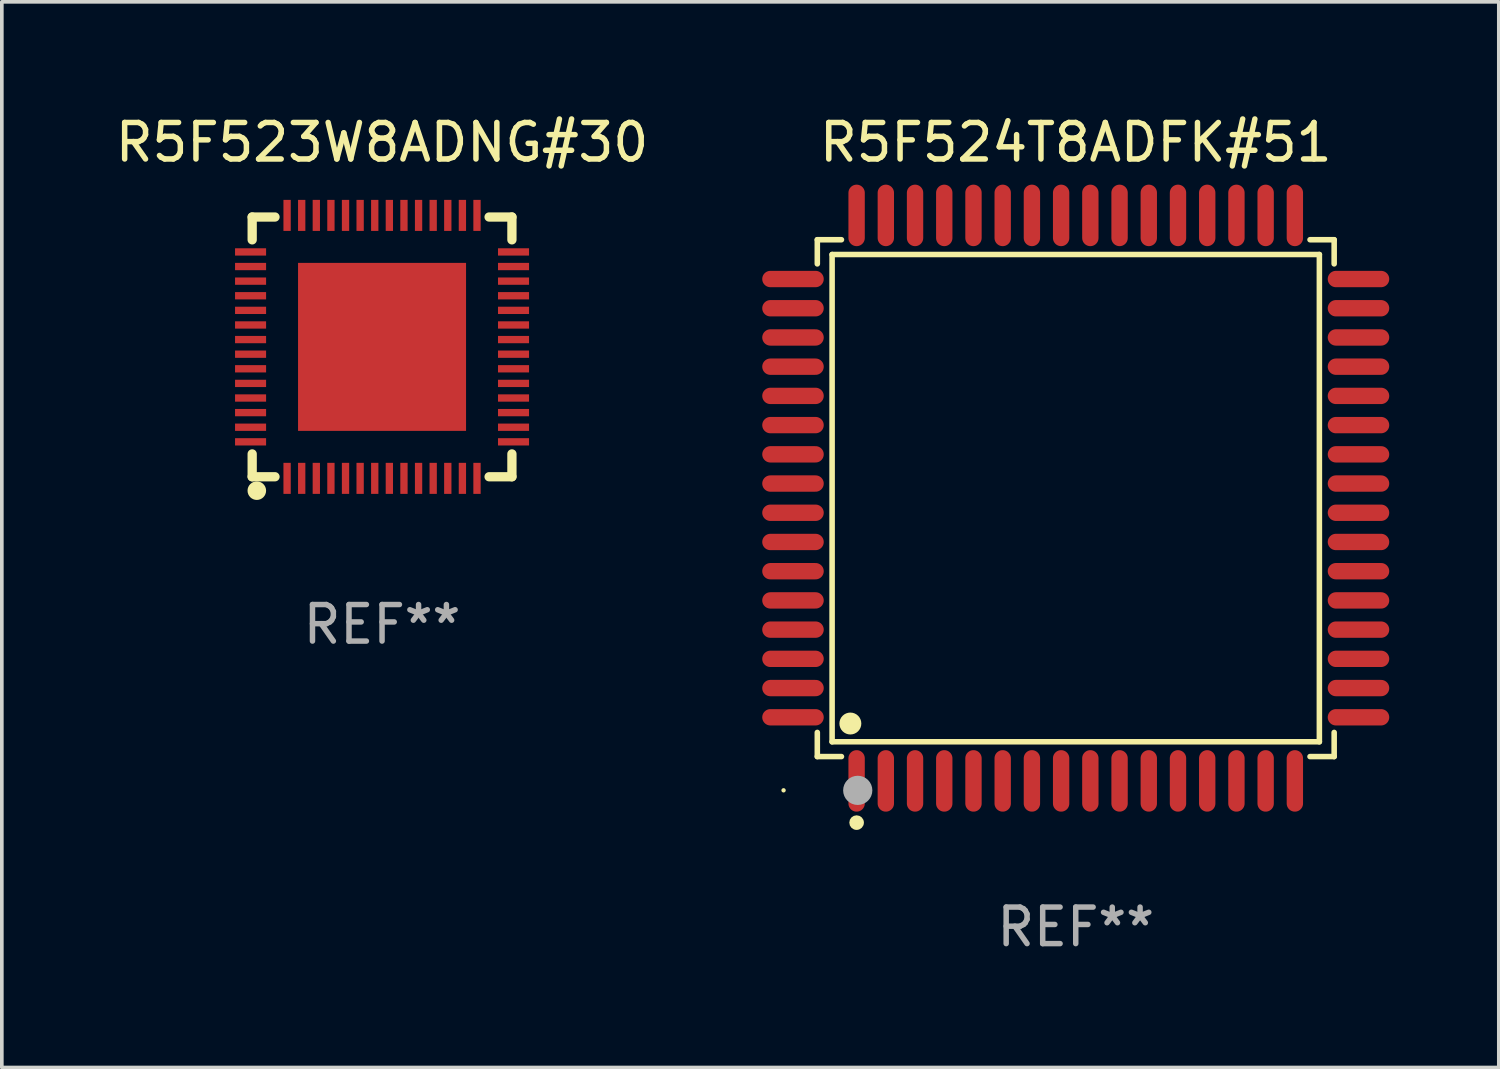
<source format=kicad_pcb>
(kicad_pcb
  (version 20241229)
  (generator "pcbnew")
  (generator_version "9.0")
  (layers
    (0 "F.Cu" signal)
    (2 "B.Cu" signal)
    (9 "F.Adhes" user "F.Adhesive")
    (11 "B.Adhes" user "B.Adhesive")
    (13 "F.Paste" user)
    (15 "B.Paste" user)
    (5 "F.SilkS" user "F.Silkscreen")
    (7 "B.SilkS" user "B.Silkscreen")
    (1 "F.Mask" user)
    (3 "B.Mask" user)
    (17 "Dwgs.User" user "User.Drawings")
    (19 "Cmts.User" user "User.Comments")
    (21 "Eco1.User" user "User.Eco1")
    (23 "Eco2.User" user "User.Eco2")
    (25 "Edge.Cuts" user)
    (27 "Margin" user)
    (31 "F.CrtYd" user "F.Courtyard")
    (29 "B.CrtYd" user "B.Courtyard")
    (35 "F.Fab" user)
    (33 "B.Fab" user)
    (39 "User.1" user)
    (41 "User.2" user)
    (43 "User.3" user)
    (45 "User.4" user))
  (footprint "R5F524T8ADFK#51"
    (layer "F.Cu")
    (at 26.405 10.59)
    (property "Reference" "R5F524T8ADFK#51" (at 0 -9.742 0) (layer "F.SilkS") (effects (font (size 1 1) (thickness 0.15))))
    (attr through_hole)
    (fp_line (start -7.076 -7.076) (end -6.415 -7.076) (stroke (width 0.152) (type solid)) (layer "F.SilkS"))
    (fp_line (start -7.076 -6.415) (end -7.076 -7.076) (stroke (width 0.152) (type solid)) (layer "F.SilkS"))
    (fp_line (start -7.076 6.415) (end -7.076 7.076) (stroke (width 0.152) (type solid)) (layer "F.SilkS"))
    (fp_line (start -7.076 7.076) (end -6.415 7.076) (stroke (width 0.152) (type solid)) (layer "F.SilkS"))
    (fp_line (start -6.671 -6.671) (end 6.671 -6.671) (stroke (width 0.152) (type solid)) (layer "F.SilkS"))
    (fp_line (start -6.671 6.671) (end -6.671 -6.671) (stroke (width 0.152) (type solid)) (layer "F.SilkS"))
    (fp_line (start 6.671 -6.671) (end 6.671 6.671) (stroke (width 0.152) (type solid)) (layer "F.SilkS"))
    (fp_line (start 6.671 6.671) (end -6.671 6.671) (stroke (width 0.152) (type solid)) (layer "F.SilkS"))
    (fp_line (start 7.076 -7.076) (end 6.415 -7.076) (stroke (width 0.152) (type solid)) (layer "F.SilkS"))
    (fp_line (start 7.076 -6.415) (end 7.076 -7.076) (stroke (width 0.152) (type solid)) (layer "F.SilkS"))
    (fp_line (start 7.076 6.415) (end 7.076 7.076) (stroke (width 0.152) (type solid)) (layer "F.SilkS"))
    (fp_line (start 7.076 7.076) (end 6.415 7.076) (stroke (width 0.152) (type solid)) (layer "F.SilkS"))
    (fp_circle (center -8 8) (end -7.97 8) (stroke (width 0.06) (type solid)) (fill no) (layer "F.SilkS"))
    (fp_circle (center -6.171 6.171) (end -6.021 6.171) (stroke (width 0.3) (type solid)) (fill no) (layer "F.SilkS"))
    (fp_circle (center -6 8.884) (end -5.9 8.884) (stroke (width 0.2) (type solid)) (fill no) (layer "F.SilkS"))
    (fp_circle (center -5.969 8.001) (end -5.769 8.001) (stroke (width 0.4) (type solid)) (fill no) (layer "F.Fab"))
    (fp_text user "REF**" (at 0 11.742 0) (layer "F.Fab") (effects (font (size 1 1) (thickness 0.15))))
    (pad "1" smd oval (at -6 7.742) (size 0.448 1.684) (layers "F.Cu" "F.Mask" "F.Paste"))
    (pad "2" smd oval (at -5.2 7.742) (size 0.448 1.684) (layers "F.Cu" "F.Mask" "F.Paste"))
    (pad "3" smd oval (at -4.4 7.742) (size 0.448 1.684) (layers "F.Cu" "F.Mask" "F.Paste"))
    (pad "4" smd oval (at -3.6 7.742) (size 0.448 1.684) (layers "F.Cu" "F.Mask" "F.Paste"))
    (pad "5" smd oval (at -2.8 7.742) (size 0.448 1.684) (layers "F.Cu" "F.Mask" "F.Paste"))
    (pad "6" smd oval (at -2 7.742) (size 0.448 1.684) (layers "F.Cu" "F.Mask" "F.Paste"))
    (pad "7" smd oval (at -1.2 7.742) (size 0.448 1.684) (layers "F.Cu" "F.Mask" "F.Paste"))
    (pad "8" smd oval (at -0.4 7.742) (size 0.448 1.684) (layers "F.Cu" "F.Mask" "F.Paste"))
    (pad "9" smd oval (at 0.4 7.742) (size 0.448 1.684) (layers "F.Cu" "F.Mask" "F.Paste"))
    (pad "10" smd oval (at 1.2 7.742) (size 0.448 1.684) (layers "F.Cu" "F.Mask" "F.Paste"))
    (pad "11" smd oval (at 2 7.742) (size 0.448 1.684) (layers "F.Cu" "F.Mask" "F.Paste"))
    (pad "12" smd oval (at 2.8 7.742) (size 0.448 1.684) (layers "F.Cu" "F.Mask" "F.Paste"))
    (pad "13" smd oval (at 3.6 7.742) (size 0.448 1.684) (layers "F.Cu" "F.Mask" "F.Paste"))
    (pad "14" smd oval (at 4.4 7.742) (size 0.448 1.684) (layers "F.Cu" "F.Mask" "F.Paste"))
    (pad "15" smd oval (at 5.2 7.742) (size 0.448 1.684) (layers "F.Cu" "F.Mask" "F.Paste"))
    (pad "16" smd oval (at 6 7.742) (size 0.448 1.684) (layers "F.Cu" "F.Mask" "F.Paste"))
    (pad "17" smd oval (at 7.742 6) (size 1.684 0.448) (layers "F.Cu" "F.Mask" "F.Paste"))
    (pad "18" smd oval (at 7.742 5.2) (size 1.684 0.448) (layers "F.Cu" "F.Mask" "F.Paste"))
    (pad "19" smd oval (at 7.742 4.4) (size 1.684 0.448) (layers "F.Cu" "F.Mask" "F.Paste"))
    (pad "20" smd oval (at 7.742 3.6) (size 1.684 0.448) (layers "F.Cu" "F.Mask" "F.Paste"))
    (pad "21" smd oval (at 7.742 2.8) (size 1.684 0.448) (layers "F.Cu" "F.Mask" "F.Paste"))
    (pad "22" smd oval (at 7.742 2) (size 1.684 0.448) (layers "F.Cu" "F.Mask" "F.Paste"))
    (pad "23" smd oval (at 7.742 1.2) (size 1.684 0.448) (layers "F.Cu" "F.Mask" "F.Paste"))
    (pad "24" smd oval (at 7.742 0.4) (size 1.684 0.448) (layers "F.Cu" "F.Mask" "F.Paste"))
    (pad "25" smd oval (at 7.742 -0.4) (size 1.684 0.448) (layers "F.Cu" "F.Mask" "F.Paste"))
    (pad "26" smd oval (at 7.742 -1.2) (size 1.684 0.448) (layers "F.Cu" "F.Mask" "F.Paste"))
    (pad "27" smd oval (at 7.742 -2) (size 1.684 0.448) (layers "F.Cu" "F.Mask" "F.Paste"))
    (pad "28" smd oval (at 7.742 -2.8) (size 1.684 0.448) (layers "F.Cu" "F.Mask" "F.Paste"))
    (pad "29" smd oval (at 7.742 -3.6) (size 1.684 0.448) (layers "F.Cu" "F.Mask" "F.Paste"))
    (pad "30" smd oval (at 7.742 -4.4) (size 1.684 0.448) (layers "F.Cu" "F.Mask" "F.Paste"))
    (pad "31" smd oval (at 7.742 -5.2) (size 1.684 0.448) (layers "F.Cu" "F.Mask" "F.Paste"))
    (pad "32" smd oval (at 7.742 -6) (size 1.684 0.448) (layers "F.Cu" "F.Mask" "F.Paste"))
    (pad "33" smd oval (at 6 -7.742) (size 0.448 1.684) (layers "F.Cu" "F.Mask" "F.Paste"))
    (pad "34" smd oval (at 5.2 -7.742) (size 0.448 1.684) (layers "F.Cu" "F.Mask" "F.Paste"))
    (pad "35" smd oval (at 4.4 -7.742) (size 0.448 1.684) (layers "F.Cu" "F.Mask" "F.Paste"))
    (pad "36" smd oval (at 3.6 -7.742) (size 0.448 1.684) (layers "F.Cu" "F.Mask" "F.Paste"))
    (pad "37" smd oval (at 2.8 -7.742) (size 0.448 1.684) (layers "F.Cu" "F.Mask" "F.Paste"))
    (pad "38" smd oval (at 2 -7.742) (size 0.448 1.684) (layers "F.Cu" "F.Mask" "F.Paste"))
    (pad "39" smd oval (at 1.2 -7.742) (size 0.448 1.684) (layers "F.Cu" "F.Mask" "F.Paste"))
    (pad "40" smd oval (at 0.4 -7.742) (size 0.448 1.684) (layers "F.Cu" "F.Mask" "F.Paste"))
    (pad "41" smd oval (at -0.4 -7.742) (size 0.448 1.684) (layers "F.Cu" "F.Mask" "F.Paste"))
    (pad "42" smd oval (at -1.2 -7.742) (size 0.448 1.684) (layers "F.Cu" "F.Mask" "F.Paste"))
    (pad "43" smd oval (at -2 -7.742) (size 0.448 1.684) (layers "F.Cu" "F.Mask" "F.Paste"))
    (pad "44" smd oval (at -2.8 -7.742) (size 0.448 1.684) (layers "F.Cu" "F.Mask" "F.Paste"))
    (pad "45" smd oval (at -3.6 -7.742) (size 0.448 1.684) (layers "F.Cu" "F.Mask" "F.Paste"))
    (pad "46" smd oval (at -4.4 -7.742) (size 0.448 1.684) (layers "F.Cu" "F.Mask" "F.Paste"))
    (pad "47" smd oval (at -5.2 -7.742) (size 0.448 1.684) (layers "F.Cu" "F.Mask" "F.Paste"))
    (pad "48" smd oval (at -6 -7.742) (size 0.448 1.684) (layers "F.Cu" "F.Mask" "F.Paste"))
    (pad "49" smd oval (at -7.742 -6) (size 1.684 0.448) (layers "F.Cu" "F.Mask" "F.Paste"))
    (pad "50" smd oval (at -7.742 -5.2) (size 1.684 0.448) (layers "F.Cu" "F.Mask" "F.Paste"))
    (pad "51" smd oval (at -7.742 -4.4) (size 1.684 0.448) (layers "F.Cu" "F.Mask" "F.Paste"))
    (pad "52" smd oval (at -7.742 -3.6) (size 1.684 0.448) (layers "F.Cu" "F.Mask" "F.Paste"))
    (pad "53" smd oval (at -7.742 -2.8) (size 1.684 0.448) (layers "F.Cu" "F.Mask" "F.Paste"))
    (pad "54" smd oval (at -7.742 -2) (size 1.684 0.448) (layers "F.Cu" "F.Mask" "F.Paste"))
    (pad "55" smd oval (at -7.742 -1.2) (size 1.684 0.448) (layers "F.Cu" "F.Mask" "F.Paste"))
    (pad "56" smd oval (at -7.742 -0.4) (size 1.684 0.448) (layers "F.Cu" "F.Mask" "F.Paste"))
    (pad "57" smd oval (at -7.742 0.4) (size 1.684 0.448) (layers "F.Cu" "F.Mask" "F.Paste"))
    (pad "58" smd oval (at -7.742 1.2) (size 1.684 0.448) (layers "F.Cu" "F.Mask" "F.Paste"))
    (pad "59" smd oval (at -7.742 2) (size 1.684 0.448) (layers "F.Cu" "F.Mask" "F.Paste"))
    (pad "60" smd oval (at -7.742 2.8) (size 1.684 0.448) (layers "F.Cu" "F.Mask" "F.Paste"))
    (pad "61" smd oval (at -7.742 3.6) (size 1.684 0.448) (layers "F.Cu" "F.Mask" "F.Paste"))
    (pad "62" smd oval (at -7.742 4.4) (size 1.684 0.448) (layers "F.Cu" "F.Mask" "F.Paste"))
    (pad "63" smd oval (at -7.742 5.2) (size 1.684 0.448) (layers "F.Cu" "F.Mask" "F.Paste"))
    (pad "64" smd oval (at -7.742 6) (size 1.684 0.448) (layers "F.Cu" "F.Mask" "F.Paste")))
  (footprint "R5F523W8ADNG#30"
    (layer "F.Cu")
    (at 7.411 6.448)
    (property "Reference" "R5F523W8ADNG#30" (at 0 -5.6 0) (layer "F.SilkS") (effects (font (size 1 1) (thickness 0.15))))
    (attr through_hole)
    (fp_line (start -3.556 -3.556) (end -3.556 -2.931) (stroke (width 0.254) (type solid)) (layer "F.SilkS"))
    (fp_line (start -3.556 2.931) (end -3.556 3.556) (stroke (width 0.254) (type solid)) (layer "F.SilkS"))
    (fp_line (start -3.556 3.556) (end -2.931 3.556) (stroke (width 0.254) (type solid)) (layer "F.SilkS"))
    (fp_line (start -2.931 -3.556) (end -3.556 -3.556) (stroke (width 0.254) (type solid)) (layer "F.SilkS"))
    (fp_line (start 2.931 3.556) (end 3.556 3.556) (stroke (width 0.254) (type solid)) (layer "F.SilkS"))
    (fp_line (start 3.556 -3.556) (end 2.931 -3.556) (stroke (width 0.254) (type solid)) (layer "F.SilkS"))
    (fp_line (start 3.556 -2.931) (end 3.556 -3.556) (stroke (width 0.254) (type solid)) (layer "F.SilkS"))
    (fp_line (start 3.556 3.556) (end 3.556 2.931) (stroke (width 0.254) (type solid)) (layer "F.SilkS"))
    (fp_circle (center -3.429 3.937) (end -3.302 3.937) (stroke (width 0.254) (type solid)) (fill no) (layer "F.SilkS"))
    (fp_text user "REF**" (at 0 7.6 0) (layer "F.Fab") (effects (font (size 1 1) (thickness 0.15))))
    (pad "1" smd rect (at -2.6 3.6 270) (size 0.85 0.2) (layers "F.Cu" "F.Mask" "F.Paste"))
    (pad "2" smd rect (at -2.2 3.6 270) (size 0.85 0.2) (layers "F.Cu" "F.Mask" "F.Paste"))
    (pad "3" smd rect (at -1.8 3.6 270) (size 0.85 0.2) (layers "F.Cu" "F.Mask" "F.Paste"))
    (pad "4" smd rect (at -1.4 3.6 270) (size 0.85 0.2) (layers "F.Cu" "F.Mask" "F.Paste"))
    (pad "5" smd rect (at -1 3.6 270) (size 0.85 0.2) (layers "F.Cu" "F.Mask" "F.Paste"))
    (pad "6" smd rect (at -0.6 3.6 270) (size 0.85 0.2) (layers "F.Cu" "F.Mask" "F.Paste"))
    (pad "7" smd rect (at -0.2 3.6 270) (size 0.85 0.2) (layers "F.Cu" "F.Mask" "F.Paste"))
    (pad "8" smd rect (at 0.2 3.6 270) (size 0.85 0.2) (layers "F.Cu" "F.Mask" "F.Paste"))
    (pad "9" smd rect (at 0.6 3.6 270) (size 0.85 0.2) (layers "F.Cu" "F.Mask" "F.Paste"))
    (pad "10" smd rect (at 1 3.6 270) (size 0.85 0.2) (layers "F.Cu" "F.Mask" "F.Paste"))
    (pad "11" smd rect (at 1.4 3.6 270) (size 0.85 0.2) (layers "F.Cu" "F.Mask" "F.Paste"))
    (pad "12" smd rect (at 1.8 3.6 270) (size 0.85 0.2) (layers "F.Cu" "F.Mask" "F.Paste"))
    (pad "13" smd rect (at 2.2 3.6 270) (size 0.85 0.2) (layers "F.Cu" "F.Mask" "F.Paste"))
    (pad "14" smd rect (at 2.6 3.6 270) (size 0.85 0.2) (layers "F.Cu" "F.Mask" "F.Paste"))
    (pad "15" smd rect (at 3.6 2.6) (size 0.85 0.2) (layers "F.Cu" "F.Mask" "F.Paste"))
    (pad "16" smd rect (at 3.6 2.2) (size 0.85 0.2) (layers "F.Cu" "F.Mask" "F.Paste"))
    (pad "17" smd rect (at 3.6 1.8) (size 0.85 0.2) (layers "F.Cu" "F.Mask" "F.Paste"))
    (pad "18" smd rect (at 3.6 1.4) (size 0.85 0.2) (layers "F.Cu" "F.Mask" "F.Paste"))
    (pad "19" smd rect (at 3.6 1) (size 0.85 0.2) (layers "F.Cu" "F.Mask" "F.Paste"))
    (pad "20" smd rect (at 3.6 0.6) (size 0.85 0.2) (layers "F.Cu" "F.Mask" "F.Paste"))
    (pad "21" smd rect (at 3.6 0.2) (size 0.85 0.2) (layers "F.Cu" "F.Mask" "F.Paste"))
    (pad "22" smd rect (at 3.6 -0.2) (size 0.85 0.2) (layers "F.Cu" "F.Mask" "F.Paste"))
    (pad "23" smd rect (at 3.6 -0.6) (size 0.85 0.2) (layers "F.Cu" "F.Mask" "F.Paste"))
    (pad "24" smd rect (at 3.6 -1) (size 0.85 0.2) (layers "F.Cu" "F.Mask" "F.Paste"))
    (pad "25" smd rect (at 3.6 -1.4) (size 0.85 0.2) (layers "F.Cu" "F.Mask" "F.Paste"))
    (pad "26" smd rect (at 3.6 -1.8) (size 0.85 0.2) (layers "F.Cu" "F.Mask" "F.Paste"))
    (pad "27" smd rect (at 3.6 -2.2) (size 0.85 0.2) (layers "F.Cu" "F.Mask" "F.Paste"))
    (pad "28" smd rect (at 3.6 -2.6) (size 0.85 0.2) (layers "F.Cu" "F.Mask" "F.Paste"))
    (pad "29" smd rect (at 2.6 -3.6 270) (size 0.85 0.2) (layers "F.Cu" "F.Mask" "F.Paste"))
    (pad "30" smd rect (at 2.2 -3.6 270) (size 0.85 0.2) (layers "F.Cu" "F.Mask" "F.Paste"))
    (pad "31" smd rect (at 1.8 -3.6 270) (size 0.85 0.2) (layers "F.Cu" "F.Mask" "F.Paste"))
    (pad "32" smd rect (at 1.4 -3.6 270) (size 0.85 0.2) (layers "F.Cu" "F.Mask" "F.Paste"))
    (pad "33" smd rect (at 1 -3.6 270) (size 0.85 0.2) (layers "F.Cu" "F.Mask" "F.Paste"))
    (pad "34" smd rect (at 0.6 -3.6 270) (size 0.85 0.2) (layers "F.Cu" "F.Mask" "F.Paste"))
    (pad "35" smd rect (at 0.2 -3.6 270) (size 0.85 0.2) (layers "F.Cu" "F.Mask" "F.Paste"))
    (pad "36" smd rect (at -0.2 -3.6 270) (size 0.85 0.2) (layers "F.Cu" "F.Mask" "F.Paste"))
    (pad "37" smd rect (at -0.6 -3.6 270) (size 0.85 0.2) (layers "F.Cu" "F.Mask" "F.Paste"))
    (pad "38" smd rect (at -1 -3.6 270) (size 0.85 0.2) (layers "F.Cu" "F.Mask" "F.Paste"))
    (pad "39" smd rect (at -1.4 -3.6 270) (size 0.85 0.2) (layers "F.Cu" "F.Mask" "F.Paste"))
    (pad "40" smd rect (at -1.8 -3.6 270) (size 0.85 0.2) (layers "F.Cu" "F.Mask" "F.Paste"))
    (pad "41" smd rect (at -2.2 -3.6 270) (size 0.85 0.2) (layers "F.Cu" "F.Mask" "F.Paste"))
    (pad "42" smd rect (at -2.6 -3.6 270) (size 0.85 0.2) (layers "F.Cu" "F.Mask" "F.Paste"))
    (pad "43" smd rect (at -3.6 -2.6) (size 0.85 0.2) (layers "F.Cu" "F.Mask" "F.Paste"))
    (pad "44" smd rect (at -3.6 -2.2) (size 0.85 0.2) (layers "F.Cu" "F.Mask" "F.Paste"))
    (pad "45" smd rect (at -3.6 -1.8) (size 0.85 0.2) (layers "F.Cu" "F.Mask" "F.Paste"))
    (pad "46" smd rect (at -3.6 -1.4) (size 0.85 0.2) (layers "F.Cu" "F.Mask" "F.Paste"))
    (pad "47" smd rect (at -3.6 -1) (size 0.85 0.2) (layers "F.Cu" "F.Mask" "F.Paste"))
    (pad "48" smd rect (at -3.6 -0.6) (size 0.85 0.2) (layers "F.Cu" "F.Mask" "F.Paste"))
    (pad "49" smd rect (at -3.6 -0.2) (size 0.85 0.2) (layers "F.Cu" "F.Mask" "F.Paste"))
    (pad "50" smd rect (at -3.6 0.2) (size 0.85 0.2) (layers "F.Cu" "F.Mask" "F.Paste"))
    (pad "51" smd rect (at -3.6 0.6) (size 0.85 0.2) (layers "F.Cu" "F.Mask" "F.Paste"))
    (pad "52" smd rect (at -3.6 1) (size 0.85 0.2) (layers "F.Cu" "F.Mask" "F.Paste"))
    (pad "53" smd rect (at -3.6 1.4) (size 0.85 0.2) (layers "F.Cu" "F.Mask" "F.Paste"))
    (pad "54" smd rect (at -3.6 1.8) (size 0.85 0.2) (layers "F.Cu" "F.Mask" "F.Paste"))
    (pad "55" smd rect (at -3.6 2.2) (size 0.85 0.2) (layers "F.Cu" "F.Mask" "F.Paste"))
    (pad "56" smd rect (at -3.6 2.6) (size 0.85 0.2) (layers "F.Cu" "F.Mask" "F.Paste"))
    (pad "57" smd rect (at 0 0 90) (size 4.6 4.6) (layers "F.Cu" "F.Mask" "F.Paste")))
  (gr_rect
    (start -3 -3)
    (end 37.989 26.18)
    (stroke (width 0.1) (type default))
    (fill no)
    (layer "Edge.Cuts")))
</source>
